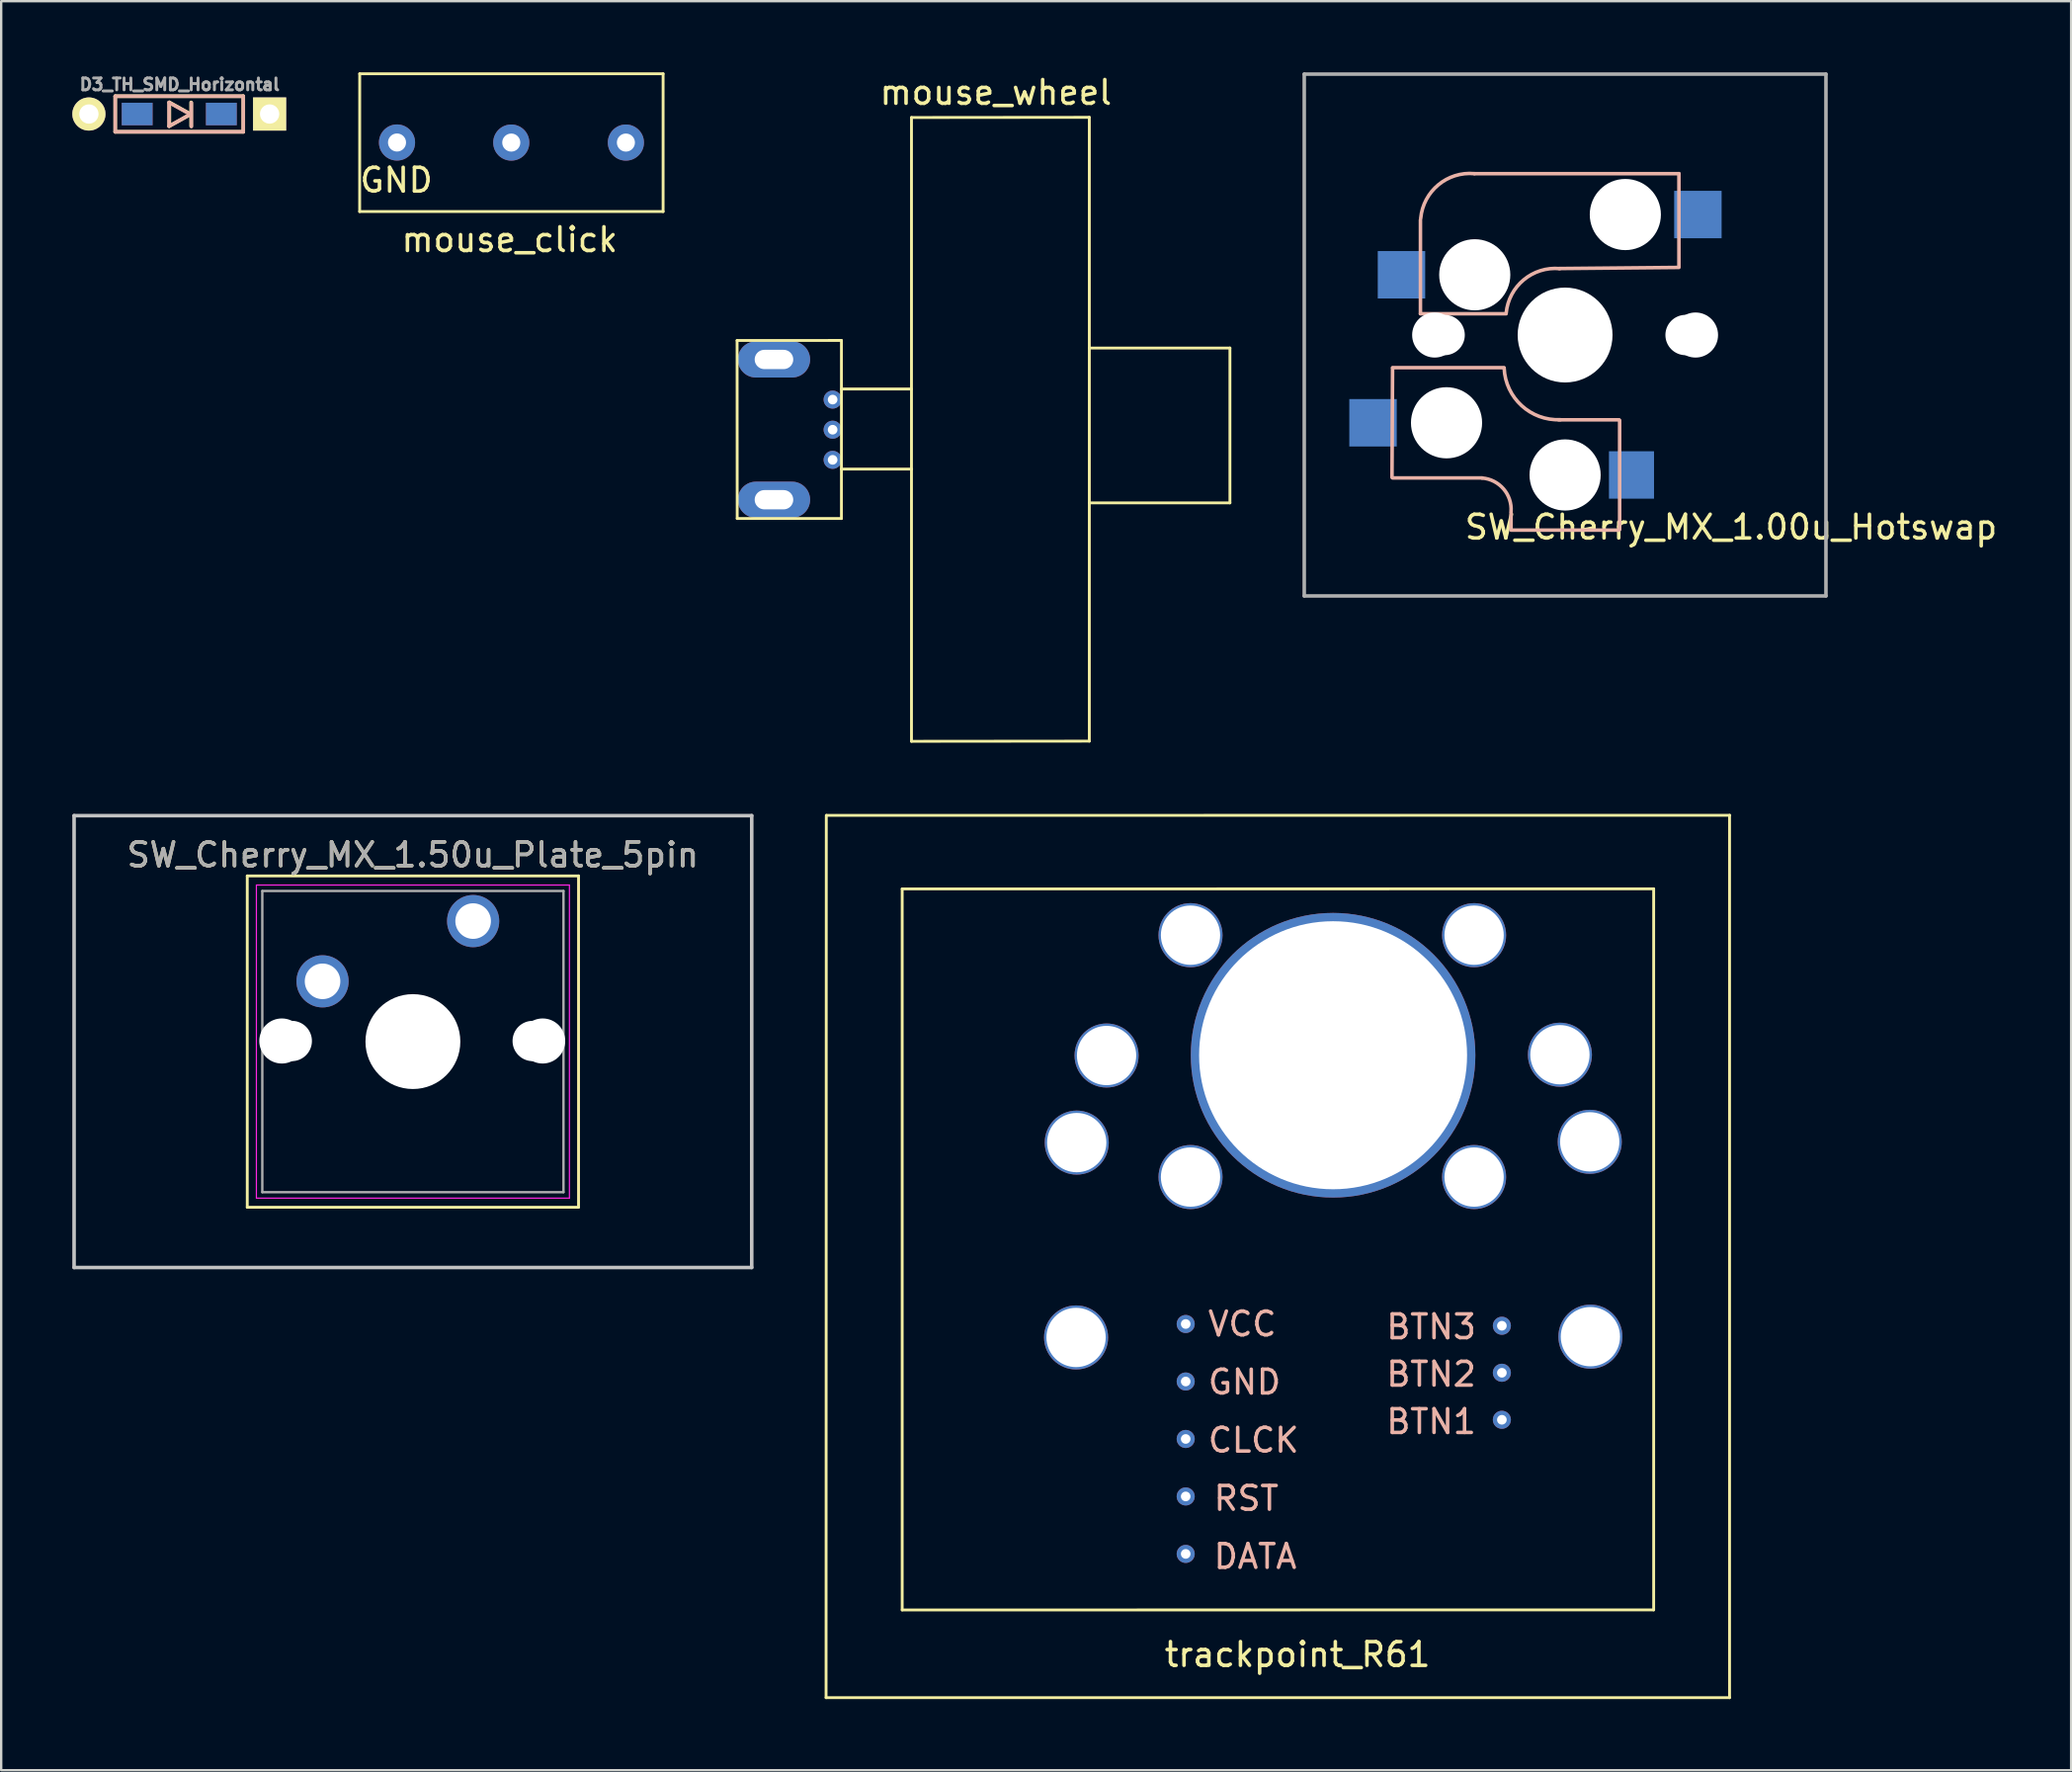
<source format=kicad_pcb>
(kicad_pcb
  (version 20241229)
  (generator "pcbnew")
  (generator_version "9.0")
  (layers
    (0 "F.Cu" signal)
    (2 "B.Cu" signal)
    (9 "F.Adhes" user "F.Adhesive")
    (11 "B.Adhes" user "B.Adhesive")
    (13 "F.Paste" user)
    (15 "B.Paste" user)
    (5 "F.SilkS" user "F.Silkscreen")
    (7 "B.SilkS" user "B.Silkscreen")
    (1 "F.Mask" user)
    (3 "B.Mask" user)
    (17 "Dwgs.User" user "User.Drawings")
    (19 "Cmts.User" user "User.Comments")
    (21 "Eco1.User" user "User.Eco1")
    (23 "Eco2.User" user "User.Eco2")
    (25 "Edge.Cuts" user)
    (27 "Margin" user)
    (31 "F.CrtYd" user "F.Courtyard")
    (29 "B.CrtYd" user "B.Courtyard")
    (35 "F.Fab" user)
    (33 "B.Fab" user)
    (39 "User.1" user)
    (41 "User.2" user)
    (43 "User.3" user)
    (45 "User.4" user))
  (footprint "SW_Cherry_MX_1.00u_Hotswap"
    (layer "F.Cu")
    (at 62.95 11.075)
    (property "Reference" "SW_Cherry_MX_1.00u_Hotswap" (at 7 8.1 0) (layer "F.SilkS") (effects (font (size 1 1) (thickness 0.15))))
    (attr through_hole)
    (fp_line (start -7.275 1.4) (end -7.3 6) (stroke (width 0.15) (type solid)) (layer "B.SilkS"))
    (fp_line (start -6.1 -4.85) (end -6.1 -0.905) (stroke (width 0.15) (type solid)) (layer "B.SilkS"))
    (fp_line (start -6.1 -0.896) (end -2.49 -0.896) (stroke (width 0.15) (type solid)) (layer "B.SilkS"))
    (fp_line (start -3.5 6.025) (end -7.275 6.025) (stroke (width 0.15) (type solid)) (layer "B.SilkS"))
    (fp_line (start -2.575 1.375) (end -7.275 1.375) (stroke (width 0.15) (type solid)) (layer "B.SilkS"))
    (fp_line (start -2.28 7.5) (end -2.28 8.2) (stroke (width 0.15) (type solid)) (layer "B.SilkS"))
    (fp_line (start 2.275 3.575) (end -0.275 3.575) (stroke (width 0.15) (type solid)) (layer "B.SilkS"))
    (fp_line (start 2.275 8.225) (end -2.275 8.225) (stroke (width 0.15) (type solid)) (layer "B.SilkS"))
    (fp_line (start 2.3 3.6) (end 2.3 8.2) (stroke (width 0.15) (type solid)) (layer "B.SilkS"))
    (fp_line (start 4.8 -6.804) (end -3.825 -6.804) (stroke (width 0.15) (type solid)) (layer "B.SilkS"))
    (fp_line (start 4.8 -2.896) (end 4.8 -6.804) (stroke (width 0.15) (type solid)) (layer "B.SilkS"))
    (fp_line (start 4.8 -2.85) (end -0.25 -2.804) (stroke (width 0.15) (type solid)) (layer "B.SilkS"))
    (fp_arc (start -6.089 -4.92) (mid -5.347189 -6.33089) (end -3.825 -6.804) (stroke (width 0.15) (type solid)) (layer "B.SilkS"))
    (fp_arc (start -3.5 6.03) (mid -2.595908 6.48733) (end -2.28 7.45) (stroke (width 0.15) (type solid)) (layer "B.SilkS"))
    (fp_arc (start -2.485 -0.92) (mid -1.744361 -2.328061) (end -0.225 -2.8) (stroke (width 0.15) (type solid)) (layer "B.SilkS"))
    (fp_arc (start -0.2 3.57) (mid -1.834422 2.975843) (end -2.57 1.4) (stroke (width 0.15) (type solid)) (layer "B.SilkS"))
    (fp_line (start -9 -9) (end 9 -9) (stroke (width 0.15) (type solid)) (layer "Eco2.User"))
    (fp_line (start -9 9) (end -9 -9) (stroke (width 0.15) (type solid)) (layer "Eco2.User"))
    (fp_line (start -7 -7) (end 7 -7) (stroke (width 0.15) (type solid)) (layer "Eco2.User"))
    (fp_line (start -7 7) (end -7 -7) (stroke (width 0.15) (type solid)) (layer "Eco2.User"))
    (fp_line (start 7 -7) (end 7 7) (stroke (width 0.15) (type solid)) (layer "Eco2.User"))
    (fp_line (start 7 7) (end -7 7) (stroke (width 0.15) (type solid)) (layer "Eco2.User"))
    (fp_line (start 9 -9) (end 9 9) (stroke (width 0.15) (type solid)) (layer "Eco2.User"))
    (fp_line (start 9 9) (end -9 9) (stroke (width 0.15) (type solid)) (layer "Eco2.User"))
    (fp_line (start -11 -11) (end -11 11) (stroke (width 0.15) (type solid)) (layer "F.Fab"))
    (fp_line (start -11 11) (end 11 11) (stroke (width 0.15) (type solid)) (layer "F.Fab"))
    (fp_line (start 11 -11) (end -11 -11) (stroke (width 0.15) (type solid)) (layer "F.Fab"))
    (fp_line (start 11 11) (end 11 -11) (stroke (width 0.15) (type solid)) (layer "F.Fab"))
    (pad "" np_thru_hole circle (at -5.5 0 90) (size 1.9 1.9) (drill 1.9) (layers "*.Cu" "*.Mask"))
    (pad "" np_thru_hole circle (at -5.08 0) (size 1.7 1.7) (drill 1.7) (layers "*.Cu" "*.Mask"))
    (pad "" np_thru_hole circle (at -5 3.7 90) (size 3 3) (drill 3) (layers "*.Cu" "*.Mask"))
    (pad "" np_thru_hole circle (at -3.81 -2.54 180) (size 3 3) (drill 3) (layers "*.Cu" "*.Mask"))
    (pad "" np_thru_hole circle (at 0 0 90) (size 4 4) (drill 4) (layers "*.Cu" "*.Mask"))
    (pad "" np_thru_hole circle (at 0 5.9 90) (size 3 3) (drill 3) (layers "*.Cu" "*.Mask"))
    (pad "" np_thru_hole circle (at 2.54 -5.08 180) (size 3 3) (drill 3) (layers "*.Cu" "*.Mask"))
    (pad "" np_thru_hole circle (at 5.08 0) (size 1.7 1.7) (drill 1.7) (layers "*.Cu" "*.Mask"))
    (pad "" np_thru_hole circle (at 5.5 0 90) (size 1.9 1.9) (drill 1.9) (layers "*.Cu" "*.Mask"))
    (pad "1" smd rect (at -8.1 3.7 180) (size 2 2) (layers "B.Cu" "B.Mask" "B.Paste"))
    (pad "1" smd rect (at -6.9 -2.54 180) (size 2 2) (layers "B.Cu" "B.Mask" "B.Paste"))
    (pad "2" smd rect (at 2.8 5.9 180) (size 1.9 2) (layers "B.Cu" "B.Mask" "B.Paste"))
    (pad "2" smd rect (at 5.6 -5.08 180) (size 2 2) (layers "B.Cu" "B.Mask" "B.Paste")))
  (footprint "trackpoint_R61"
    (layer "F.Cu")
    (at 53.296 41.476)
    (property "Reference" "trackpoint_R61" (at -1.631 25.23 0) (layer "F.SilkS") (effects (font (size 1 1) (thickness 0.15))))
    (attr through_hole)
    (fp_line (start -21.511 27.048) (end -21.501 -10.149) (stroke (width 0.12) (type solid)) (layer "F.SilkS"))
    (fp_line (start -21.491 -10.149) (end 16.599 -10.152) (stroke (width 0.12) (type solid)) (layer "F.SilkS"))
    (fp_line (start -18.301 -7.049) (end -18.301 23.351) (stroke (width 0.12) (type solid)) (layer "F.SilkS"))
    (fp_line (start -18.301 -7.049) (end 13.389 -7.052) (stroke (width 0.12) (type solid)) (layer "F.SilkS"))
    (fp_line (start -18.301 23.351) (end 13.389 23.348) (stroke (width 0.12) (type solid)) (layer "F.SilkS"))
    (fp_line (start 13.389 -7.052) (end 13.389 23.348) (stroke (width 0.12) (type solid)) (layer "F.SilkS"))
    (fp_line (start 16.589 27.048) (end -21.511 27.048) (stroke (width 0.12) (type solid)) (layer "F.SilkS"))
    (fp_line (start 16.589 27.048) (end 16.589 -10.152) (stroke (width 0.12) (type solid)) (layer "F.SilkS"))
    (fp_text user "BTN3" (at 4.008 11.415 0) (layer "B.SilkS") (effects (font (size 1 1) (thickness 0.15))))
    (fp_text user "BTN1" (at 4.008 15.411 0) (layer "B.SilkS") (effects (font (size 1 1) (thickness 0.15))))
    (fp_text user "DATA" (at -3.412 21.097 0) (layer "B.SilkS") (effects (font (size 1 1) (thickness 0.15))))
    (fp_text user "RST" (at -3.793 18.647 0) (layer "B.SilkS") (effects (font (size 1 1) (thickness 0.15))))
    (fp_text user "CLCK" (at -3.486 16.196 0) (layer "B.SilkS") (effects (font (size 1 1) (thickness 0.15))))
    (fp_text user "BTN2" (at 4.008 13.413 0) (layer "B.SilkS") (effects (font (size 1 1) (thickness 0.15))))
    (fp_text user "VCC" (at -3.962 11.295 0) (layer "B.SilkS") (effects (font (size 1 1) (thickness 0.15))))
    (fp_text user "GND" (at -3.867 13.746 0) (layer "B.SilkS") (effects (font (size 1 1) (thickness 0.15))))
    (pad "" np_thru_hole circle (at -10.968 11.862) (size 2.7 2.7) (drill 2.5) (layers "*.Cu" "*.Mask"))
    (pad "" np_thru_hole circle (at -10.94 3.647) (size 2.7 2.7) (drill 2.5) (layers "*.Cu" "*.Mask"))
    (pad "" np_thru_hole circle (at -9.682 -0.025) (size 2.7 2.7) (drill 2.5) (layers "*.Cu" "*.Mask"))
    (pad "" np_thru_hole circle (at -6.142 -5.098) (size 2.7 2.7) (drill 2.5) (layers "*.Cu" "*.Mask"))
    (pad "" np_thru_hole circle (at -6.142 5.1) (size 2.7 2.7) (drill 2.5) (layers "*.Cu" "*.Mask"))
    (pad "" np_thru_hole circle (at -0.13 -0.036) (size 12 12) (drill 11.3) (layers "*.Cu" "*.Mask"))
    (pad "" np_thru_hole circle (at 5.817 -5.098) (size 2.7 2.7) (drill 2.5) (layers "*.Cu" "*.Mask"))
    (pad "" np_thru_hole circle (at 5.817 5.1) (size 2.7 2.7) (drill 2.5) (layers "*.Cu" "*.Mask"))
    (pad "" np_thru_hole circle (at 9.436 -0.058) (size 2.7 2.7) (drill 2.5) (layers "*.Cu" "*.Mask"))
    (pad "" np_thru_hole circle (at 10.693 3.614) (size 2.7 2.7) (drill 2.5) (layers "*.Cu" "*.Mask"))
    (pad "" np_thru_hole circle (at 10.721 11.829) (size 2.7 2.7) (drill 2.5) (layers "*.Cu" "*.Mask"))
    (pad "1" thru_hole circle (at -6.345 20.988) (size 0.762 0.762) (drill 0.406) (layers "*.Cu" "*.Mask"))
    (pad "2" thru_hole circle (at -6.345 18.565) (size 0.762 0.762) (drill 0.406) (layers "*.Cu" "*.Mask"))
    (pad "3" thru_hole circle (at 6.988 15.333) (size 0.762 0.762) (drill 0.406) (layers "*.Cu" "*.Mask"))
    (pad "4" thru_hole circle (at 6.988 13.351) (size 0.762 0.762) (drill 0.406) (layers "*.Cu" "*.Mask"))
    (pad "5" thru_hole circle (at 6.988 11.369) (size 0.762 0.762) (drill 0.406) (layers "*.Cu" "*.Mask"))
    (pad "6" thru_hole circle (at -6.345 16.142) (size 0.762 0.762) (drill 0.406) (layers "*.Cu" "*.Mask"))
    (pad "7" thru_hole circle (at -6.345 13.719) (size 0.762 0.762) (drill 0.406) (layers "*.Cu" "*.Mask"))
    (pad "8" thru_hole circle (at -6.345 11.295) (size 0.762 0.762) (drill 0.406) (layers "*.Cu" "*.Mask")))
  (footprint "SW_Cherry_MX_1.50u_Plate_5pin"
    (layer "F.Cu")
    (at 16.902 35.784)
    (property "Reference" "SW_Cherry_MX_1.50u_Plate_5pin" (at -2.54 -2.794 0) (layer "F.SilkS") (effects (font (size 1 1) (thickness 0.15))))
    (attr through_hole)
    (fp_line (start -9.525 -1.905) (end 4.445 -1.905) (stroke (width 0.12) (type solid)) (layer "F.SilkS"))
    (fp_line (start -9.525 12.065) (end -9.525 -1.905) (stroke (width 0.12) (type solid)) (layer "F.SilkS"))
    (fp_line (start 4.445 -1.905) (end 4.445 12.065) (stroke (width 0.12) (type solid)) (layer "F.SilkS"))
    (fp_line (start 4.445 12.065) (end -9.525 12.065) (stroke (width 0.12) (type solid)) (layer "F.SilkS"))
    (fp_line (start -16.828 -4.445) (end 11.748 -4.445) (stroke (width 0.15) (type solid)) (layer "Dwgs.User"))
    (fp_line (start -16.828 14.605) (end -16.828 -4.445) (stroke (width 0.15) (type solid)) (layer "Dwgs.User"))
    (fp_line (start 11.748 -4.445) (end 11.748 14.605) (stroke (width 0.15) (type solid)) (layer "Dwgs.User"))
    (fp_line (start 11.748 14.605) (end -16.828 14.605) (stroke (width 0.15) (type solid)) (layer "Dwgs.User"))
    (fp_line (start -9.14 -1.52) (end 4.06 -1.52) (stroke (width 0.05) (type solid)) (layer "F.CrtYd"))
    (fp_line (start -9.14 11.68) (end -9.14 -1.52) (stroke (width 0.05) (type solid)) (layer "F.CrtYd"))
    (fp_line (start 4.06 -1.52) (end 4.06 11.68) (stroke (width 0.05) (type solid)) (layer "F.CrtYd"))
    (fp_line (start 4.06 11.68) (end -9.14 11.68) (stroke (width 0.05) (type solid)) (layer "F.CrtYd"))
    (fp_line (start -8.89 -1.27) (end 3.81 -1.27) (stroke (width 0.1) (type solid)) (layer "F.Fab"))
    (fp_line (start -8.89 11.43) (end -8.89 -1.27) (stroke (width 0.1) (type solid)) (layer "F.Fab"))
    (fp_line (start 3.81 -1.27) (end 3.81 11.43) (stroke (width 0.1) (type solid)) (layer "F.Fab"))
    (fp_line (start 3.81 11.43) (end -8.89 11.43) (stroke (width 0.1) (type solid)) (layer "F.Fab"))
    (fp_text user "${REFERENCE}" (at -2.54 -2.794 0) (layer "F.Fab") (effects (font (size 1 1) (thickness 0.15))))
    (pad "" np_thru_hole circle (at -8.068 5.055 90) (size 1.9 1.9) (drill 1.9) (layers "*.Cu" "*.Mask"))
    (pad "" np_thru_hole circle (at -7.648 5.055) (size 1.7 1.7) (drill 1.7) (layers "*.Cu" "*.Mask"))
    (pad "" np_thru_hole circle (at -2.54 5.08) (size 4 4) (drill 4) (layers "*.Cu" "*.Mask"))
    (pad "" np_thru_hole circle (at 2.512 5.055) (size 1.7 1.7) (drill 1.7) (layers "*.Cu" "*.Mask"))
    (pad "" np_thru_hole circle (at 2.932 5.055 90) (size 1.9 1.9) (drill 1.9) (layers "*.Cu" "*.Mask"))
    (pad "1" thru_hole circle (at 0 0) (size 2.2 2.2) (drill 1.5) (layers "*.Cu" "*.Mask"))
    (pad "2" thru_hole circle (at -6.35 2.54) (size 2.2 2.2) (drill 1.5) (layers "*.Cu" "*.Mask")))
  (footprint "mouse_wheel"
    (layer "F.Cu")
    (at 32.082 15.09)
    (property "Reference" "mouse_wheel" (at 6.861 -14.242 0) (layer "F.SilkS") (effects (font (size 1 1) (thickness 0.15))))
    (attr through_hole)
    (fp_line (start -4.049 -3.785) (end 0.351 -3.787) (stroke (width 0.12) (type solid)) (layer "F.SilkS"))
    (fp_line (start -4.044 3.721) (end -4.049 -3.785) (stroke (width 0.12) (type solid)) (layer "F.SilkS"))
    (fp_line (start 0.348 1.636) (end 3.312 1.636) (stroke (width 0.12) (type solid)) (layer "F.SilkS"))
    (fp_line (start 0.351 -3.787) (end 0.351 3.721) (stroke (width 0.12) (type solid)) (layer "F.SilkS"))
    (fp_line (start 0.351 3.721) (end -4.044 3.721) (stroke (width 0.12) (type solid)) (layer "F.SilkS"))
    (fp_line (start 0.356 -1.74) (end 3.299 -1.74) (stroke (width 0.12) (type solid)) (layer "F.SilkS"))
    (fp_line (start 3.305 -13.186) (end 3.305 13.114) (stroke (width 0.12) (type solid)) (layer "F.SilkS"))
    (fp_line (start 3.305 -13.186) (end 10.805 -13.193) (stroke (width 0.12) (type solid)) (layer "F.SilkS"))
    (fp_line (start 3.305 13.114) (end 10.805 13.107) (stroke (width 0.12) (type solid)) (layer "F.SilkS"))
    (fp_line (start 10.805 -13.193) (end 10.805 13.107) (stroke (width 0.12) (type solid)) (layer "F.SilkS"))
    (fp_line (start 10.808 -3.467) (end 16.734 -3.467) (stroke (width 0.12) (type solid)) (layer "F.SilkS"))
    (fp_line (start 16.734 -3.467) (end 16.734 3.061) (stroke (width 0.12) (type solid)) (layer "F.SilkS"))
    (fp_line (start 16.734 3.061) (end 10.803 3.061) (stroke (width 0.12) (type solid)) (layer "F.SilkS"))
    (pad "" thru_hole oval (at -2.494 -2.985) (size 3.048 1.524) (drill oval 1.626 0.813) (layers "*.Cu" "*.Mask"))
    (pad "" thru_hole oval (at -2.494 2.929) (size 3.048 1.524) (drill oval 1.626 0.813) (layers "*.Cu" "*.Mask"))
    (pad "1" thru_hole circle (at -0.02 -1.293) (size 0.762 0.762) (drill 0.406) (layers "*.Cu" "*.Mask"))
    (pad "2" thru_hole circle (at -0.02 -0.023) (size 0.762 0.762) (drill 0.406) (layers "*.Cu" "*.Mask"))
    (pad "3" thru_hole circle (at -0.02 1.247) (size 0.762 0.762) (drill 0.406) (layers "*.Cu" "*.Mask")))
  (footprint "D3_TH_SMD_Horizontal"
    (layer "F.Cu")
    (at 4.425 1.795)
    (property "Reference" "D3_TH_SMD_Horizontal" (at 0.102 -1.283 0) (layer "F.Fab") (effects (font (size 0.5 0.5) (thickness 0.125))))
    (attr through_hole)
    (fp_line (start -2.616 -0.788) (end -2.616 0.712) (stroke (width 0.15) (type solid)) (layer "F.SilkS"))
    (fp_line (start -2.616 0.712) (end 2.784 0.712) (stroke (width 0.15) (type solid)) (layer "F.SilkS"))
    (fp_line (start -0.332 -0.53) (end 0.568 -0.03) (stroke (width 0.15) (type solid)) (layer "F.SilkS"))
    (fp_line (start -0.332 0.47) (end -0.332 -0.53) (stroke (width 0.15) (type solid)) (layer "F.SilkS"))
    (fp_line (start 0.568 -0.03) (end -0.332 0.47) (stroke (width 0.15) (type solid)) (layer "F.SilkS"))
    (fp_line (start 0.584 -0.528) (end 0.584 0.472) (stroke (width 0.15) (type solid)) (layer "F.SilkS"))
    (fp_line (start 2.784 -0.788) (end -2.616 -0.788) (stroke (width 0.15) (type solid)) (layer "F.SilkS"))
    (fp_line (start 2.784 0.712) (end 2.784 -0.788) (stroke (width 0.15) (type solid)) (layer "F.SilkS"))
    (fp_line (start -2.616 -0.788) (end -2.616 0.712) (stroke (width 0.15) (type solid)) (layer "B.SilkS"))
    (fp_line (start -2.616 0.712) (end 2.784 0.712) (stroke (width 0.15) (type solid)) (layer "B.SilkS"))
    (fp_line (start -0.348 -0.525) (end 0.552 -0.025) (stroke (width 0.15) (type solid)) (layer "B.SilkS"))
    (fp_line (start -0.348 0.475) (end -0.348 -0.525) (stroke (width 0.15) (type solid)) (layer "B.SilkS"))
    (fp_line (start 0.552 -0.025) (end -0.348 0.475) (stroke (width 0.15) (type solid)) (layer "B.SilkS"))
    (fp_line (start 0.597 -0.511) (end 0.597 0.489) (stroke (width 0.15) (type solid)) (layer "B.SilkS"))
    (fp_line (start 2.784 -0.788) (end -2.616 -0.788) (stroke (width 0.15) (type solid)) (layer "B.SilkS"))
    (fp_line (start 2.784 0.712) (end 2.784 -0.788) (stroke (width 0.15) (type solid)) (layer "B.SilkS"))
    (pad "1" thru_hole circle (at -3.726 -0.038) (size 1.397 1.397) (drill 0.813) (layers "*.Cu" "*.Mask" "F.SilkS"))
    (pad "1" smd rect (at -1.691 -0.038) (size 1.3 0.95) (layers "F.Cu" "F.Mask" "F.Paste"))
    (pad "1" smd rect (at -1.691 -0.038) (size 1.3 0.95) (layers "B.Cu" "B.Mask" "B.Paste"))
    (pad "2" smd rect (at 1.859 -0.038) (size 1.3 0.95) (layers "F.Cu" "F.Mask" "F.Paste"))
    (pad "2" smd rect (at 1.859 -0.038) (size 1.3 0.95) (layers "B.Cu" "B.Mask" "B.Paste"))
    (pad "2" thru_hole rect (at 3.894 -0.038) (size 1.397 1.397) (drill 0.813) (layers "*.Cu" "*.Mask" "F.SilkS")))
  (footprint "mouse_click"
    (layer "F.Cu")
    (at 18.51 2.961)
    (property "Reference" "mouse_click" (at -0.069 4.094 0) (layer "F.SilkS") (effects (font (size 1 1) (thickness 0.15))))
    (attr through_hole)
    (fp_line (start -6.393 2.908) (end -6.391 -2.901) (stroke (width 0.12) (type solid)) (layer "F.SilkS"))
    (fp_line (start -6.391 -2.901) (end 6.403 -2.901) (stroke (width 0.12) (type solid)) (layer "F.SilkS"))
    (fp_line (start 6.403 -2.901) (end 6.403 2.908) (stroke (width 0.12) (type solid)) (layer "F.SilkS"))
    (fp_line (start 6.403 2.908) (end -6.393 2.908) (stroke (width 0.12) (type solid)) (layer "F.SilkS"))
    (fp_text user "GND" (at -4.844 1.587 0) (layer "F.SilkS") (effects (font (size 1 1) (thickness 0.15))))
    (pad "" np_thru_hole circle (at 4.834 0) (size 1.524 1.524) (drill 0.762) (layers "*.Cu" "*.Mask"))
    (pad "1" thru_hole circle (at 0 0) (size 1.524 1.524) (drill 0.762) (layers "*.Cu" "*.Mask"))
    (pad "2" thru_hole circle (at -4.818 -0.003) (size 1.524 1.524) (drill 0.762) (layers "*.Cu" "*.Mask")))
  (gr_rect
    (start -3 -3)
    (end 84.289 71.584)
    (stroke (width 0.1) (type default))
    (fill no)
    (layer "Edge.Cuts")))
</source>
